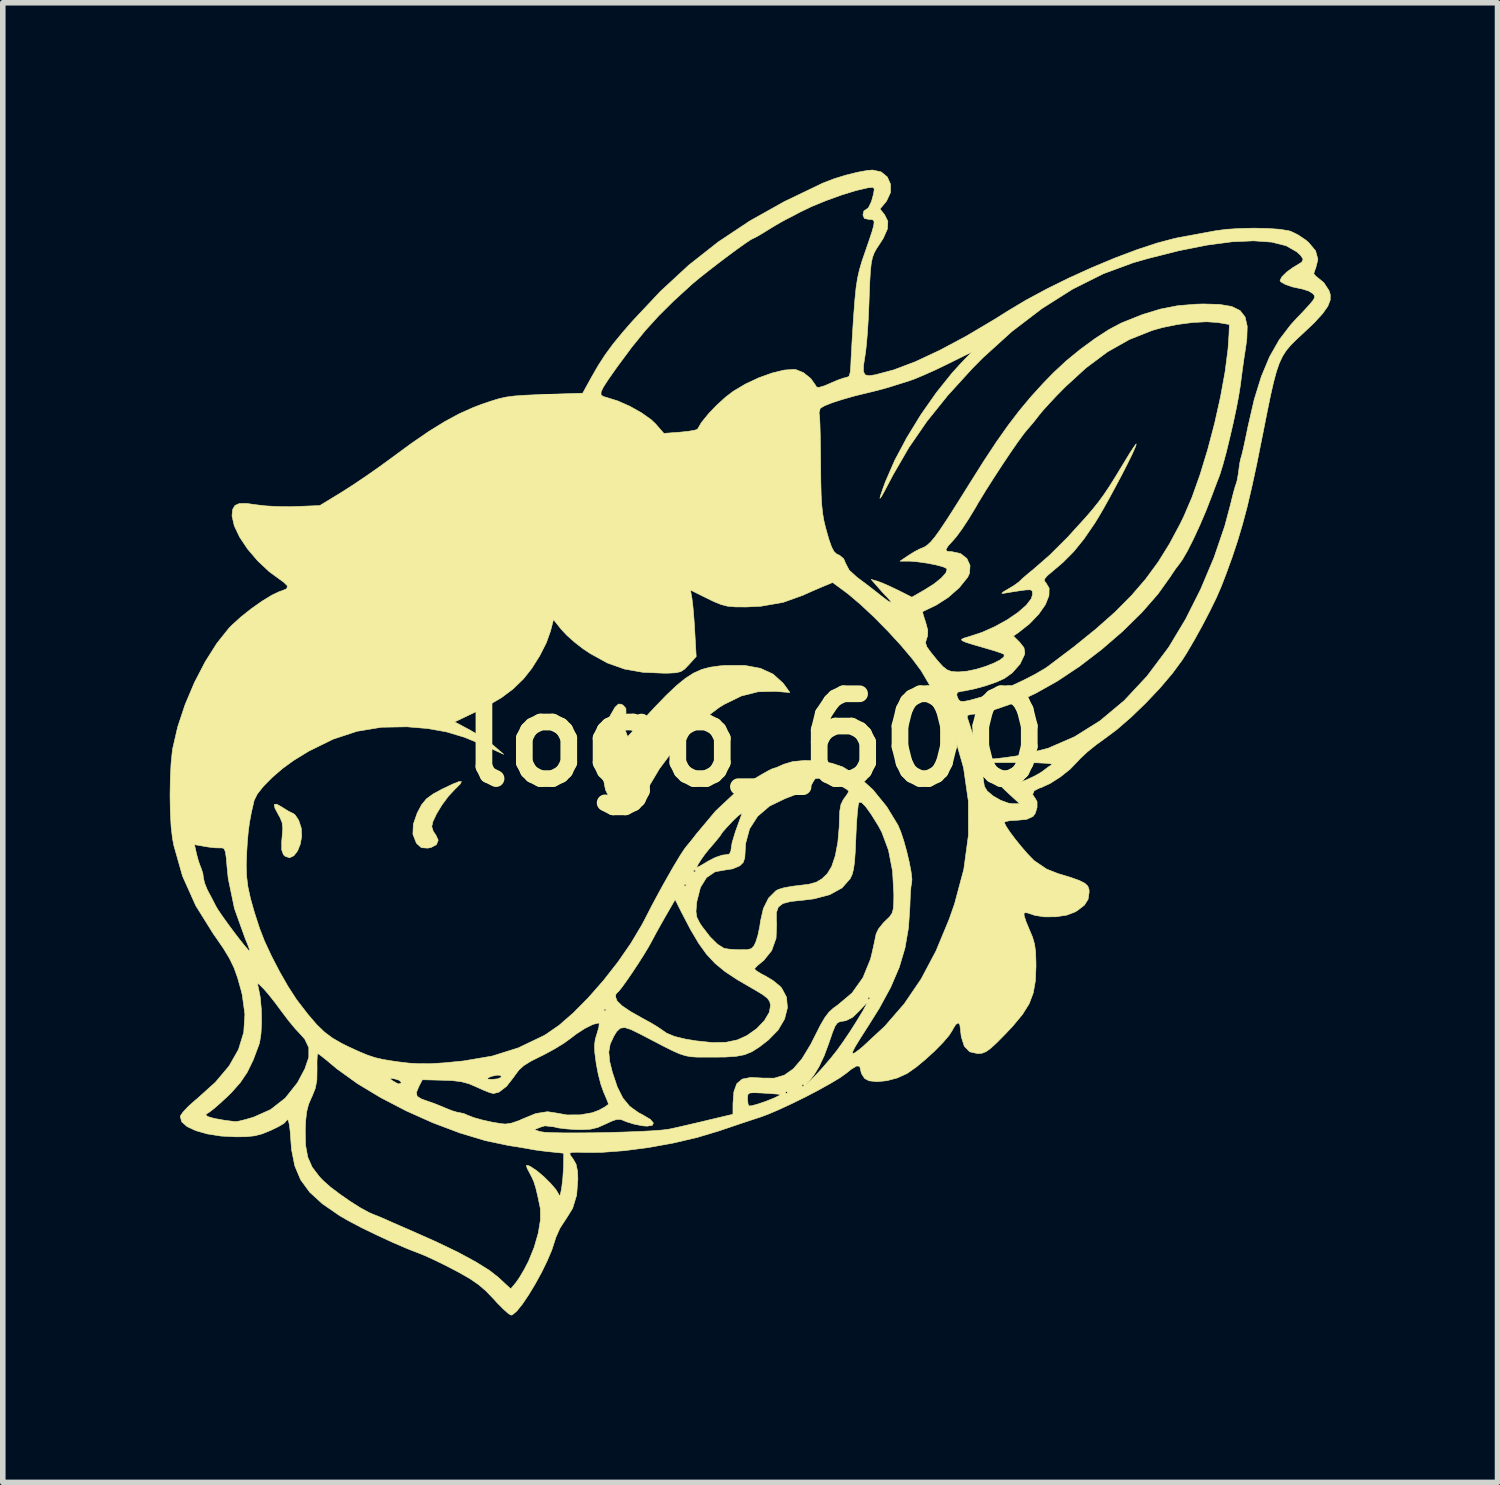
<source format=kicad_pcb>
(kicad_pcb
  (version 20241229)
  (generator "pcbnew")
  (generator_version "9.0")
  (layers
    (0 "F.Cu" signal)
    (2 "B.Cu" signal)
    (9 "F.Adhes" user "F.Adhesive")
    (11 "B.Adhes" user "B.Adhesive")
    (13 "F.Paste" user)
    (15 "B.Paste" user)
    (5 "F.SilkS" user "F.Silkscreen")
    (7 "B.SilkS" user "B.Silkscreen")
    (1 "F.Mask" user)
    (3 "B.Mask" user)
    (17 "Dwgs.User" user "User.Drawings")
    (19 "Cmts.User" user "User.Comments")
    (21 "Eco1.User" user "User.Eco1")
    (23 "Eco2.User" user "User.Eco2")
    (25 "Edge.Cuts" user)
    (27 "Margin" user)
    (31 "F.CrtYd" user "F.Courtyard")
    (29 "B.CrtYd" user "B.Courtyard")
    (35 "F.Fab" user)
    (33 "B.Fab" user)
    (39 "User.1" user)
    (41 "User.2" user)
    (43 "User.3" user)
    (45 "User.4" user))
  (footprint "logo_600"
    (layer "F.Cu")
    (at 10.507 10.249)
    (property "Reference" "logo_600" (at 0 0 0) (layer "F.SilkS") (effects (font (size 1.524 1.524) (thickness 0.3))))
    (attr through_hole)
    (fp_poly (pts (xy -8.484 1.206) (xy -8.482 1.208) (xy -8.38 1.272) (xy -8.307 1.309) (xy -8.293 1.312) (xy -8.252 1.346) (xy -8.197 1.429) (xy -8.188 1.446) (xy -8.144 1.582) (xy -8.137 1.728) (xy -8.162 1.868) (xy -8.211 1.989) (xy -8.277 2.075) (xy -8.354 2.112) (xy -8.435 2.085) (xy -8.466 2.054) (xy -8.496 1.97) (xy -8.496 1.821) (xy -8.489 1.743) (xy -8.477 1.587) (xy -8.489 1.478) (xy -8.53 1.38) (xy -8.548 1.351) (xy -8.617 1.221) (xy -8.63 1.154) (xy -8.586 1.149) (xy -8.484 1.206)) (stroke (width 0.01) (type solid)) (fill yes) (layer "F.SilkS"))
    (fp_poly (pts (xy -5.287 0.784) (xy -5.37 0.868) (xy -5.384 0.881) (xy -5.502 1.008) (xy -5.617 1.163) (xy -5.714 1.323) (xy -5.78 1.463) (xy -5.8 1.552) (xy -5.773 1.637) (xy -5.727 1.703) (xy -5.684 1.795) (xy -5.715 1.875) (xy -5.814 1.928) (xy -5.875 1.939) (xy -5.987 1.93) (xy -6.065 1.861) (xy -6.079 1.842) (xy -6.139 1.688) (xy -6.131 1.508) (xy -6.06 1.305) (xy -5.983 1.16) (xy -5.895 1.053) (xy -5.77 0.962) (xy -5.609 0.876) (xy -5.426 0.789) (xy -5.313 0.744) (xy -5.267 0.743) (xy -5.287 0.784)) (stroke (width 0.01) (type solid)) (fill yes) (layer "F.SilkS"))
    (fp_poly (pts (xy -0.177 -1.344) (xy 0.105 -1.292) (xy 0.332 -1.188) (xy 0.51 -1.027) (xy 0.548 -0.977) (xy 0.634 -0.857) (xy 0.367 -0.878) (xy 0.06 -0.87) (xy -0.24 -0.794) (xy -0.548 -0.643) (xy -0.636 -0.589) (xy -0.916 -0.378) (xy -1.201 -0.109) (xy -1.473 0.196) (xy -1.71 0.514) (xy -1.891 0.818) (xy -2.016 0.994) (xy -2.172 1.102) (xy -2.346 1.137) (xy -2.525 1.093) (xy -2.526 1.093) (xy -2.617 1.018) (xy -2.679 0.89) (xy -2.716 0.7) (xy -2.729 0.438) (xy -2.73 0.381) (xy -2.713 0.068) (xy -2.667 -0.21) (xy -2.596 -0.438) (xy -2.509 -0.59) (xy -2.446 -0.65) (xy -2.39 -0.646) (xy -2.36 -0.626) (xy -2.312 -0.572) (xy -2.31 -0.493) (xy -2.326 -0.431) (xy -2.342 -0.253) (xy -2.323 -0.177) (xy -2.28 -0.064) (xy -2.068 -0.297) (xy -1.805 -0.581) (xy -1.586 -0.808) (xy -1.401 -0.983) (xy -1.24 -1.114) (xy -1.093 -1.208) (xy -0.949 -1.272) (xy -0.798 -1.312) (xy -0.631 -1.335) (xy -0.522 -1.344) (xy -0.177 -1.344)) (stroke (width 0.01) (type solid)) (fill yes) (layer "F.SilkS"))
    (fp_poly (pts (xy 2.275 -10.21) (xy 2.385 -10.119) (xy 2.443 -9.989) (xy 2.442 -9.84) (xy 2.373 -9.69) (xy 2.354 -9.665) (xy 2.253 -9.544) (xy 2.336 -9.441) (xy 2.394 -9.324) (xy 2.387 -9.187) (xy 2.313 -9.019) (xy 2.247 -8.916) (xy 2.19 -8.83) (xy 2.148 -8.754) (xy 2.117 -8.67) (xy 2.096 -8.567) (xy 2.081 -8.428) (xy 2.07 -8.239) (xy 2.06 -7.986) (xy 2.056 -7.863) (xy 2.045 -7.607) (xy 2.03 -7.358) (xy 2.012 -7.137) (xy 1.994 -6.968) (xy 1.986 -6.92) (xy 1.958 -6.736) (xy 1.956 -6.622) (xy 1.987 -6.564) (xy 2.057 -6.549) (xy 2.166 -6.565) (xy 2.501 -6.654) (xy 2.889 -6.801) (xy 3.325 -7.005) (xy 3.805 -7.261) (xy 4.324 -7.569) (xy 4.551 -7.712) (xy 4.877 -7.907) (xy 5.249 -8.107) (xy 5.65 -8.305) (xy 6.065 -8.493) (xy 6.477 -8.665) (xy 6.871 -8.813) (xy 7.231 -8.932) (xy 7.54 -9.014) (xy 7.62 -9.031) (xy 7.835 -9.07) (xy 8.065 -9.113) (xy 8.262 -9.149) (xy 8.276 -9.152) (xy 8.476 -9.179) (xy 8.714 -9.194) (xy 8.968 -9.2) (xy 9.215 -9.195) (xy 9.431 -9.18) (xy 9.593 -9.154) (xy 9.631 -9.144) (xy 9.76 -9.082) (xy 9.9 -8.988) (xy 9.954 -8.943) (xy 10.079 -8.793) (xy 10.121 -8.639) (xy 10.08 -8.477) (xy 10.071 -8.458) (xy 10.046 -8.382) (xy 10.085 -8.335) (xy 10.092 -8.331) (xy 10.226 -8.222) (xy 10.32 -8.079) (xy 10.343 -8.008) (xy 10.342 -7.908) (xy 10.299 -7.797) (xy 10.206 -7.665) (xy 10.057 -7.502) (xy 9.845 -7.301) (xy 9.839 -7.296) (xy 9.724 -7.189) (xy 9.629 -7.094) (xy 9.551 -7) (xy 9.485 -6.897) (xy 9.428 -6.775) (xy 9.376 -6.624) (xy 9.324 -6.432) (xy 9.269 -6.19) (xy 9.207 -5.888) (xy 9.133 -5.514) (xy 9.118 -5.44) (xy 9.023 -4.964) (xy 8.935 -4.557) (xy 8.852 -4.201) (xy 8.767 -3.881) (xy 8.678 -3.582) (xy 8.58 -3.286) (xy 8.468 -2.979) (xy 8.384 -2.761) (xy 8.299 -2.565) (xy 8.181 -2.323) (xy 8.043 -2.058) (xy 7.898 -1.796) (xy 7.76 -1.561) (xy 7.682 -1.439) (xy 7.506 -1.2) (xy 7.281 -0.935) (xy 7.026 -0.666) (xy 6.763 -0.412) (xy 6.509 -0.192) (xy 6.311 -0.044) (xy 6.138 0.081) (xy 5.976 0.212) (xy 5.85 0.33) (xy 5.805 0.379) (xy 5.669 0.52) (xy 5.496 0.658) (xy 5.313 0.775) (xy 5.149 0.851) (xy 5.112 0.862) (xy 5.024 0.908) (xy 4.995 0.974) (xy 5.034 1.035) (xy 5.038 1.037) (xy 5.075 1.103) (xy 5.075 1.208) (xy 5.043 1.313) (xy 5.003 1.369) (xy 4.887 1.422) (xy 4.706 1.439) (xy 4.583 1.446) (xy 4.504 1.463) (xy 4.487 1.477) (xy 4.514 1.538) (xy 4.583 1.644) (xy 4.682 1.776) (xy 4.796 1.917) (xy 4.911 2.049) (xy 5.014 2.155) (xy 5.029 2.168) (xy 5.247 2.315) (xy 5.449 2.395) (xy 5.675 2.463) (xy 5.832 2.519) (xy 5.932 2.569) (xy 5.987 2.621) (xy 6.009 2.682) (xy 6.011 2.727) (xy 5.992 2.858) (xy 5.926 2.963) (xy 5.796 3.063) (xy 5.757 3.086) (xy 5.607 3.143) (xy 5.412 3.172) (xy 5.208 3.174) (xy 5.031 3.146) (xy 4.976 3.126) (xy 4.889 3.099) (xy 4.841 3.104) (xy 4.843 3.153) (xy 4.876 3.256) (xy 4.932 3.391) (xy 4.934 3.396) (xy 4.994 3.538) (xy 5.03 3.663) (xy 5.049 3.801) (xy 5.055 3.983) (xy 5.056 4.064) (xy 5.045 4.323) (xy 5.007 4.54) (xy 4.933 4.735) (xy 4.813 4.927) (xy 4.638 5.138) (xy 4.501 5.283) (xy 4.35 5.436) (xy 4.241 5.536) (xy 4.159 5.595) (xy 4.089 5.623) (xy 4.016 5.63) (xy 4.008 5.63) (xy 3.865 5.598) (xy 3.768 5.499) (xy 3.714 5.329) (xy 3.709 5.289) (xy 3.697 5.182) (xy 3.688 5.115) (xy 3.688 5.112) (xy 3.661 5.077) (xy 3.615 5.107) (xy 3.563 5.19) (xy 3.556 5.207) (xy 3.493 5.305) (xy 3.379 5.438) (xy 3.231 5.588) (xy 3.066 5.738) (xy 2.902 5.874) (xy 2.755 5.977) (xy 2.733 5.991) (xy 2.563 6.068) (xy 2.378 6.117) (xy 2.201 6.135) (xy 2.056 6.119) (xy 1.977 6.077) (xy 1.919 5.987) (xy 1.905 5.924) (xy 1.888 5.857) (xy 1.833 5.853) (xy 1.735 5.912) (xy 1.65 5.981) (xy 1.538 6.061) (xy 1.367 6.164) (xy 1.154 6.283) (xy 0.917 6.407) (xy 0.673 6.527) (xy 0.441 6.635) (xy 0.239 6.721) (xy 0.106 6.77) (xy -0.038 6.817) (xy -0.234 6.882) (xy -0.456 6.957) (xy -0.648 7.022) (xy -1.032 7.137) (xy -1.46 7.237) (xy -1.906 7.318) (xy -2.345 7.375) (xy -2.751 7.405) (xy -3.025 7.407) (xy -3.192 7.402) (xy -3.286 7.405) (xy -3.321 7.423) (xy -3.309 7.459) (xy -3.263 7.52) (xy -3.207 7.618) (xy -3.18 7.749) (xy -3.175 7.885) (xy -3.197 8.174) (xy -3.269 8.41) (xy -3.395 8.613) (xy -3.405 8.626) (xy -3.497 8.768) (xy -3.572 8.936) (xy -3.59 8.996) (xy -3.644 9.161) (xy -3.726 9.354) (xy -3.828 9.563) (xy -3.942 9.771) (xy -4.06 9.966) (xy -4.172 10.132) (xy -4.271 10.255) (xy -4.349 10.322) (xy -4.374 10.329) (xy -4.425 10.3) (xy -4.514 10.22) (xy -4.628 10.105) (xy -4.684 10.043) (xy -4.823 9.897) (xy -4.96 9.78) (xy -5.119 9.671) (xy -5.327 9.553) (xy -5.38 9.525) (xy -5.576 9.424) (xy -5.765 9.332) (xy -5.923 9.26) (xy -6.011 9.224) (xy -6.238 9.136) (xy -6.505 9.021) (xy -6.786 8.891) (xy -7.058 8.759) (xy -7.296 8.634) (xy -7.46 8.539) (xy -7.764 8.329) (xy -7.993 8.12) (xy -8.156 7.897) (xy -8.261 7.647) (xy -8.319 7.356) (xy -8.332 7.186) (xy -8.344 7.021) (xy -8.346 7.006) (xy -8.073 7.006) (xy -8.067 7.277) (xy -8.028 7.49) (xy -7.949 7.67) (xy -7.819 7.841) (xy -7.75 7.913) (xy -7.622 8.027) (xy -7.451 8.156) (xy -7.263 8.287) (xy -7.079 8.403) (xy -6.924 8.487) (xy -6.864 8.513) (xy -6.741 8.562) (xy -6.625 8.612) (xy -6.525 8.657) (xy -6.376 8.722) (xy -6.208 8.795) (xy -6.181 8.807) (xy -5.723 9.01) (xy -5.332 9.198) (xy -5.012 9.371) (xy -4.766 9.524) (xy -4.607 9.648) (xy -4.381 9.857) (xy -4.287 9.744) (xy -4.219 9.646) (xy -4.136 9.504) (xy -4.063 9.364) (xy -3.96 9.111) (xy -3.886 8.854) (xy -3.847 8.616) (xy -3.849 8.421) (xy -3.853 8.394) (xy -3.897 8.185) (xy -3.932 8.039) (xy -3.965 7.934) (xy -4.002 7.85) (xy -4.029 7.799) (xy -4.087 7.688) (xy -4.1 7.639) (xy -4.066 7.641) (xy -4.016 7.666) (xy -3.909 7.738) (xy -3.784 7.844) (xy -3.665 7.962) (xy -3.571 8.071) (xy -3.528 8.142) (xy -3.507 8.184) (xy -3.489 8.16) (xy -3.469 8.061) (xy -3.466 8.043) (xy -3.446 7.878) (xy -3.434 7.694) (xy -3.432 7.636) (xy -3.429 7.42) (xy -3.672 7.395) (xy -3.822 7.378) (xy -3.947 7.361) (xy -4 7.352) (xy -4.082 7.336) (xy -4.22 7.313) (xy -4.386 7.287) (xy -4.414 7.283) (xy -4.837 7.194) (xy -5.298 7.055) (xy -5.451 6.997) (xy -3.958 6.997) (xy -3.852 7.032) (xy -3.771 7.044) (xy -3.62 7.051) (xy -3.414 7.055) (xy -3.167 7.055) (xy -2.894 7.053) (xy -2.61 7.047) (xy -2.33 7.039) (xy -2.067 7.029) (xy -1.837 7.017) (xy -1.655 7.003) (xy -1.535 6.987) (xy -1.524 6.985) (xy -1.382 6.954) (xy -1.188 6.909) (xy -0.972 6.859) (xy -0.84 6.827) (xy -0.389 6.72) (xy -0.388 6.523) (xy -0.381 6.435) (xy -0.127 6.435) (xy -0.119 6.527) (xy -0.104 6.57) (xy -0.056 6.568) (xy 0.049 6.54) (xy 0.191 6.492) (xy 0.217 6.482) (xy 0.35 6.429) (xy 0.437 6.387) (xy 0.463 6.365) (xy 0.458 6.363) (xy 0.388 6.356) (xy 0.263 6.347) (xy 0.138 6.339) (xy -0.007 6.332) (xy -0.086 6.338) (xy -0.119 6.363) (xy -0.127 6.414) (xy -0.127 6.435) (xy -0.381 6.435) (xy -0.373 6.329) (xy 0.55 6.329) (xy 0.572 6.35) (xy 0.593 6.329) (xy 0.572 6.308) (xy 0.55 6.329) (xy -0.373 6.329) (xy -0.371 6.312) (xy -0.331 6.202) (xy 0.847 6.202) (xy 0.868 6.223) (xy 0.889 6.202) (xy 0.921 6.202) (xy 1.106 6.011) (xy 1.231 5.874) (xy 1.373 5.708) (xy 1.485 5.567) (xy 1.593 5.416) (xy 1.717 5.232) (xy 1.84 5.038) (xy 1.947 4.861) (xy 2.021 4.725) (xy 2.024 4.72) (xy 2.01 4.725) (xy 1.955 4.782) (xy 1.889 4.855) (xy 1.76 4.979) (xy 1.643 5.038) (xy 1.597 5.046) (xy 1.533 5.056) (xy 1.486 5.081) (xy 1.446 5.138) (xy 1.403 5.242) (xy 1.346 5.408) (xy 1.333 5.446) (xy 1.25 5.67) (xy 1.156 5.869) (xy 1.067 6.014) (xy 1.064 6.018) (xy 0.921 6.202) (xy 0.889 6.202) (xy 0.868 6.181) (xy 0.847 6.202) (xy -0.331 6.202) (xy -0.319 6.17) (xy -0.221 6.088) (xy -0.067 6.058) (xy 0.153 6.07) (xy 0.356 6.071) (xy 0.534 6.018) (xy 0.696 5.904) (xy 0.851 5.724) (xy 1.006 5.469) (xy 1.08 5.323) (xy 1.18 5.125) (xy 1.26 4.987) (xy 1.334 4.889) (xy 1.414 4.815) (xy 1.495 4.757) (xy 1.639 4.636) (xy 2.032 4.636) (xy 2.053 4.657) (xy 2.074 4.636) (xy 2.053 4.614) (xy 2.032 4.636) (xy 1.639 4.636) (xy 1.752 4.54) (xy 1.948 4.264) (xy 2.083 3.932) (xy 2.113 3.81) (xy 2.146 3.661) (xy 2.173 3.531) (xy 2.184 3.478) (xy 2.227 3.39) (xy 2.312 3.284) (xy 2.352 3.244) (xy 2.426 3.173) (xy 2.47 3.109) (xy 2.492 3.029) (xy 2.5 2.907) (xy 2.502 2.772) (xy 2.479 2.354) (xy 2.406 1.976) (xy 2.285 1.651) (xy 2.227 1.543) (xy 2.094 1.329) (xy 1.993 1.189) (xy 1.922 1.118) (xy 1.877 1.114) (xy 1.876 1.115) (xy 1.862 1.168) (xy 1.848 1.289) (xy 1.834 1.462) (xy 1.823 1.672) (xy 1.82 1.75) (xy 1.809 2.001) (xy 1.796 2.184) (xy 1.778 2.315) (xy 1.754 2.409) (xy 1.72 2.483) (xy 1.714 2.492) (xy 1.57 2.654) (xy 1.353 2.774) (xy 1.067 2.85) (xy 0.862 2.875) (xy 0.649 2.897) (xy 0.509 2.934) (xy 0.427 2.997) (xy 0.392 3.097) (xy 0.392 3.245) (xy 0.396 3.303) (xy 0.386 3.558) (xy 0.307 3.78) (xy 0.166 3.955) (xy 0.131 3.983) (xy 0.047 4.053) (xy 0.002 4.103) (xy 0 4.111) (xy 0.035 4.145) (xy 0.123 4.199) (xy 0.19 4.233) (xy 0.329 4.316) (xy 0.452 4.416) (xy 0.486 4.452) (xy 0.574 4.617) (xy 0.59 4.808) (xy 0.539 5.009) (xy 0.423 5.207) (xy 0.246 5.388) (xy 0.244 5.389) (xy 0.086 5.511) (xy -0.047 5.596) (xy -0.179 5.65) (xy -0.331 5.679) (xy -0.526 5.692) (xy -0.743 5.694) (xy -0.911 5.694) (xy -1.042 5.693) (xy -1.149 5.686) (xy -1.247 5.667) (xy -1.351 5.633) (xy -1.475 5.578) (xy -1.635 5.498) (xy -1.844 5.389) (xy -2.053 5.28) (xy -2.22 5.198) (xy -2.333 5.162) (xy -2.413 5.174) (xy -2.477 5.234) (xy -2.526 5.313) (xy -2.594 5.458) (xy -2.619 5.601) (xy -2.604 5.769) (xy -2.556 5.962) (xy -2.467 6.229) (xy -2.367 6.428) (xy -2.244 6.577) (xy -2.086 6.691) (xy -2.004 6.734) (xy -1.873 6.812) (xy -1.818 6.877) (xy -1.838 6.92) (xy -1.934 6.934) (xy -2.017 6.927) (xy -2.166 6.897) (xy -2.299 6.856) (xy -2.332 6.842) (xy -2.406 6.812) (xy -2.476 6.812) (xy -2.57 6.845) (xy -2.675 6.894) (xy -2.817 6.957) (xy -2.946 6.988) (xy -3.101 6.997) (xy -3.204 6.995) (xy -3.373 6.984) (xy -3.522 6.966) (xy -3.617 6.944) (xy -3.768 6.928) (xy -3.842 6.95) (xy -3.958 6.997) (xy -5.451 6.997) (xy -5.778 6.874) (xy -6.257 6.66) (xy -6.717 6.421) (xy -6.868 6.33) (xy -6.076 6.33) (xy -6.062 6.398) (xy -5.982 6.447) (xy -5.894 6.478) (xy -5.751 6.528) (xy -5.593 6.592) (xy -5.557 6.608) (xy -5.434 6.657) (xy -5.336 6.686) (xy -5.311 6.689) (xy -5.222 6.708) (xy -5.151 6.739) (xy -5.043 6.781) (xy -4.884 6.825) (xy -4.707 6.864) (xy -4.545 6.89) (xy -4.475 6.896) (xy -4.365 6.879) (xy -4.228 6.832) (xy -4.179 6.809) (xy -3.931 6.707) (xy -3.72 6.674) (xy -3.585 6.694) (xy -3.371 6.732) (xy -3.137 6.731) (xy -2.919 6.693) (xy -2.797 6.648) (xy -2.694 6.591) (xy -2.633 6.548) (xy -2.625 6.537) (xy -2.641 6.489) (xy -2.682 6.391) (xy -2.711 6.325) (xy -2.76 6.188) (xy -2.808 6.004) (xy -2.845 5.811) (xy -2.847 5.795) (xy -2.871 5.61) (xy -2.876 5.479) (xy -2.862 5.372) (xy -2.83 5.267) (xy -2.798 5.158) (xy -2.792 5.091) (xy -2.801 5.08) (xy -2.904 5.106) (xy -3.046 5.176) (xy -3.201 5.276) (xy -3.3 5.352) (xy -3.428 5.445) (xy -3.602 5.551) (xy -3.789 5.652) (xy -3.841 5.677) (xy -4.022 5.768) (xy -4.146 5.845) (xy -4.234 5.925) (xy -4.309 6.025) (xy -4.32 6.043) (xy -4.456 6.218) (xy -4.591 6.322) (xy -4.691 6.348) (xy -4.756 6.332) (xy -4.87 6.287) (xy -4.987 6.234) (xy -5.131 6.172) (xy -5.269 6.135) (xy -5.432 6.115) (xy -5.599 6.109) (xy -5.969 6.1) (xy -6.034 6.226) (xy -6.076 6.33) (xy -6.868 6.33) (xy -7.137 6.168) (xy -7.25 6.086) (xy -6.545 6.086) (xy -6.5 6.121) (xy -6.405 6.174) (xy -6.356 6.167) (xy -6.35 6.143) (xy -6.386 6.109) (xy -6.466 6.084) (xy -6.5 6.078) (xy -4.808 6.078) (xy -4.782 6.09) (xy -4.712 6.093) (xy -4.611 6.083) (xy -4.552 6.055) (xy -4.551 6.054) (xy -4.559 6.022) (xy -4.624 6.017) (xy -4.72 6.037) (xy -4.763 6.054) (xy -4.808 6.078) (xy -6.5 6.078) (xy -6.543 6.072) (xy -6.545 6.086) (xy -7.25 6.086) (xy -7.497 5.909) (xy -7.585 5.836) (xy -7.703 5.737) (xy -7.796 5.664) (xy -7.844 5.631) (xy -7.847 5.63) (xy -7.857 5.669) (xy -7.862 5.77) (xy -7.861 5.913) (xy -7.861 5.916) (xy -7.864 6.104) (xy -7.891 6.25) (xy -7.949 6.396) (xy -7.958 6.413) (xy -8.014 6.543) (xy -8.048 6.677) (xy -8.066 6.844) (xy -8.073 7.006) (xy -8.346 7.006) (xy -8.361 6.894) (xy -8.379 6.824) (xy -8.387 6.816) (xy -8.424 6.847) (xy -8.424 6.852) (xy -8.46 6.887) (xy -8.554 6.942) (xy -8.685 7.006) (xy -8.689 7.008) (xy -8.843 7.071) (xy -8.98 7.107) (xy -9.136 7.123) (xy -9.313 7.126) (xy -9.586 7.112) (xy -9.83 7.074) (xy -10.037 7.015) (xy -10.195 6.942) (xy -10.292 6.857) (xy -10.317 6.764) (xy -10.313 6.746) (xy -10.301 6.728) (xy -9.863 6.728) (xy -9.825 6.761) (xy -9.713 6.794) (xy -9.531 6.827) (xy -9.328 6.853) (xy -9.266 6.844) (xy -9.148 6.815) (xy -9.003 6.773) (xy -8.695 6.636) (xy -8.432 6.43) (xy -8.213 6.154) (xy -8.08 5.905) (xy -8.009 5.696) (xy -8.009 5.522) (xy -8.082 5.369) (xy -8.153 5.289) (xy -8.255 5.18) (xy -8.377 5.032) (xy -8.495 4.876) (xy -8.501 4.868) (xy -8.613 4.717) (xy -8.725 4.575) (xy -8.814 4.472) (xy -8.82 4.466) (xy -8.897 4.389) (xy -8.928 4.37) (xy -8.925 4.406) (xy -8.915 4.445) (xy -8.881 4.62) (xy -8.862 4.835) (xy -8.857 5.062) (xy -8.868 5.271) (xy -8.893 5.433) (xy -8.902 5.462) (xy -9.006 5.741) (xy -9.113 5.962) (xy -9.239 6.15) (xy -9.397 6.328) (xy -9.466 6.396) (xy -9.6 6.52) (xy -9.716 6.621) (xy -9.798 6.684) (xy -9.821 6.697) (xy -9.863 6.728) (xy -10.301 6.728) (xy -10.268 6.68) (xy -10.175 6.581) (xy -10.05 6.469) (xy -10.015 6.441) (xy -9.687 6.145) (xy -9.44 5.852) (xy -9.272 5.556) (xy -9.178 5.249) (xy -9.157 4.923) (xy -9.205 4.573) (xy -9.225 4.492) (xy -9.287 4.272) (xy -9.352 4.089) (xy -9.434 3.92) (xy -9.543 3.74) (xy -9.693 3.522) (xy -9.719 3.487) (xy -10.039 2.974) (xy -10.277 2.443) (xy -10.433 1.894) (xy -10.437 1.876) (xy -10.063 1.876) (xy -10.026 2.044) (xy -9.991 2.172) (xy -9.954 2.275) (xy -9.947 2.289) (xy -9.912 2.395) (xy -9.904 2.463) (xy -9.882 2.565) (xy -9.832 2.688) (xy -9.821 2.709) (xy -9.75 2.842) (xy -9.686 2.967) (xy -9.681 2.978) (xy -9.637 3.051) (xy -9.56 3.164) (xy -9.462 3.3) (xy -9.355 3.445) (xy -9.25 3.582) (xy -9.159 3.696) (xy -9.095 3.77) (xy -9.069 3.791) (xy -9.078 3.749) (xy -9.113 3.655) (xy -9.148 3.573) (xy -9.344 3.027) (xy -9.457 2.483) (xy -9.477 2.286) (xy -9.481 2.238) (xy -9.133 2.238) (xy -9.127 2.438) (xy -9.103 2.633) (xy -9.057 2.844) (xy -8.987 3.092) (xy -8.891 3.387) (xy -8.803 3.613) (xy -8.678 3.881) (xy -8.533 4.16) (xy -8.382 4.424) (xy -8.239 4.645) (xy -8.203 4.694) (xy -8.021 4.93) (xy -7.867 5.109) (xy -7.726 5.245) (xy -7.581 5.353) (xy -7.416 5.448) (xy -7.303 5.504) (xy -7.103 5.596) (xy -6.95 5.659) (xy -6.818 5.703) (xy -6.678 5.735) (xy -6.502 5.764) (xy -6.413 5.777) (xy -6.213 5.801) (xy -6.021 5.812) (xy -5.816 5.811) (xy -5.576 5.796) (xy -5.277 5.767) (xy -5.228 5.762) (xy -4.716 5.675) (xy -4.245 5.527) (xy -3.792 5.31) (xy -3.747 5.284) (xy -3.511 5.121) (xy -3.252 4.895) (xy -3.205 4.847) (xy -2.709 4.847) (xy -2.688 4.868) (xy -2.667 4.847) (xy -2.688 4.826) (xy -2.709 4.847) (xy -3.205 4.847) (xy -2.981 4.621) (xy -2.973 4.611) (xy -2.498 4.611) (xy -2.47 4.685) (xy -2.381 4.772) (xy -2.225 4.877) (xy -1.999 5.004) (xy -1.862 5.079) (xy -1.749 5.147) (xy -1.693 5.185) (xy -1.58 5.263) (xy -1.438 5.322) (xy -1.249 5.368) (xy -1.06 5.4) (xy -0.757 5.432) (xy -0.513 5.427) (xy -0.309 5.384) (xy -0.141 5.308) (xy 0.037 5.183) (xy 0.176 5.038) (xy 0.264 4.89) (xy 0.287 4.763) (xy 0.272 4.694) (xy 0.23 4.635) (xy 0.146 4.57) (xy 0.005 4.485) (xy -0.042 4.458) (xy -0.312 4.301) (xy -0.53 4.157) (xy -0.71 4.009) (xy -0.864 3.844) (xy -1.006 3.646) (xy -1.151 3.401) (xy -1.311 3.094) (xy -1.319 3.078) (xy -1.053 3.078) (xy -1.038 3.179) (xy -0.988 3.28) (xy -0.941 3.35) (xy -0.799 3.533) (xy -0.663 3.667) (xy -0.55 3.738) (xy -0.473 3.752) (xy -0.346 3.762) (xy -0.264 3.764) (xy -0.132 3.763) (xy -0.057 3.744) (xy -0.012 3.695) (xy 0.02 3.63) (xy 0.059 3.508) (xy 0.093 3.347) (xy 0.106 3.251) (xy 0.158 3.023) (xy 0.252 2.835) (xy 0.381 2.707) (xy 0.425 2.682) (xy 0.523 2.652) (xy 0.67 2.625) (xy 0.794 2.61) (xy 0.979 2.587) (xy 1.108 2.551) (xy 1.209 2.491) (xy 1.306 2.399) (xy 1.385 2.27) (xy 1.45 2.075) (xy 1.496 1.832) (xy 1.52 1.56) (xy 1.523 1.456) (xy 1.53 1.275) (xy 1.552 1.153) (xy 1.595 1.065) (xy 1.609 1.047) (xy 1.667 0.966) (xy 1.693 0.916) (xy 1.693 0.915) (xy 1.659 0.884) (xy 1.57 0.83) (xy 1.483 0.784) (xy 1.318 0.713) (xy 1.182 0.681) (xy 1.091 0.689) (xy 1.058 0.736) (xy 1.018 0.81) (xy 0.901 0.895) (xy 0.714 0.985) (xy 0.552 1.047) (xy 0.27 1.183) (xy 0.055 1.367) (xy -0.09 1.592) (xy -0.161 1.856) (xy -0.168 1.974) (xy -0.176 2.112) (xy -0.203 2.194) (xy -0.261 2.252) (xy -0.274 2.26) (xy -0.395 2.311) (xy -0.509 2.328) (xy -0.709 2.363) (xy -0.864 2.469) (xy -0.973 2.645) (xy -1.036 2.892) (xy -1.042 2.934) (xy -1.053 3.078) (xy -1.319 3.078) (xy -1.333 3.051) (xy -1.427 2.863) (xy -1.597 3.157) (xy -1.689 3.319) (xy -1.775 3.474) (xy -1.837 3.59) (xy -1.841 3.598) (xy -1.902 3.709) (xy -1.989 3.853) (xy -2.092 4.015) (xy -2.199 4.177) (xy -2.301 4.325) (xy -2.386 4.443) (xy -2.445 4.515) (xy -2.464 4.53) (xy -2.492 4.565) (xy -2.498 4.611) (xy -2.973 4.611) (xy -2.711 4.312) (xy -2.454 3.984) (xy -2.223 3.65) (xy -2.029 3.325) (xy -1.983 3.239) (xy -1.849 2.978) (xy -1.71 2.719) (xy -1.646 2.603) (xy -1.27 2.603) (xy -1.249 2.625) (xy -1.228 2.603) (xy -1.249 2.582) (xy -1.27 2.603) (xy -1.646 2.603) (xy -1.573 2.473) (xy -1.502 2.349) (xy -1.101 2.349) (xy -1.079 2.371) (xy -1.058 2.349) (xy -1.079 2.328) (xy -1.101 2.349) (xy -1.502 2.349) (xy -1.463 2.281) (xy -1.04 2.281) (xy -1.038 2.286) (xy -0.991 2.265) (xy -0.899 2.212) (xy -0.835 2.173) (xy -0.705 2.106) (xy -0.583 2.065) (xy -0.54 2.06) (xy -0.454 2.046) (xy -0.425 1.989) (xy -0.423 1.96) (xy -0.404 1.841) (xy -0.346 1.648) (xy -0.25 1.382) (xy -0.231 1.333) (xy -0.24 1.318) (xy -0.295 1.358) (xy -0.384 1.442) (xy -0.395 1.454) (xy -0.495 1.56) (xy -0.566 1.64) (xy -0.593 1.676) (xy -0.621 1.721) (xy -0.704 1.823) (xy -0.826 1.965) (xy -0.893 2.049) (xy -0.961 2.145) (xy -1.015 2.23) (xy -1.04 2.281) (xy -1.463 2.281) (xy -1.447 2.254) (xy -1.339 2.074) (xy -1.256 1.948) (xy -1.216 1.897) (xy -1.159 1.829) (xy -1.078 1.727) (xy -1.053 1.693) (xy -0.699 1.271) (xy -0.334 0.929) (xy -0.009 0.697) (xy 0.135 0.611) (xy 0.252 0.545) (xy 0.323 0.511) (xy 0.334 0.508) (xy 0.391 0.491) (xy 0.489 0.448) (xy 0.512 0.436) (xy 0.684 0.384) (xy 0.906 0.363) (xy 1.15 0.373) (xy 1.387 0.413) (xy 1.58 0.478) (xy 1.858 0.646) (xy 2.125 0.888) (xy 2.372 1.191) (xy 2.575 1.524) (xy 2.627 1.646) (xy 2.681 1.81) (xy 2.733 1.997) (xy 2.778 2.187) (xy 2.811 2.36) (xy 2.827 2.494) (xy 2.822 2.57) (xy 2.82 2.574) (xy 2.81 2.629) (xy 2.8 2.747) (xy 2.793 2.907) (xy 2.791 2.981) (xy 2.765 3.37) (xy 2.703 3.731) (xy 2.599 4.081) (xy 2.447 4.436) (xy 2.241 4.815) (xy 2.045 5.128) (xy 1.905 5.347) (xy 1.811 5.5) (xy 1.763 5.593) (xy 1.76 5.631) (xy 1.8 5.617) (xy 1.882 5.557) (xy 1.938 5.511) (xy 2.339 5.139) (xy 2.689 4.736) (xy 2.993 4.289) (xy 3.259 3.787) (xy 3.495 3.219) (xy 3.592 2.942) (xy 3.759 2.319) (xy 3.842 1.704) (xy 3.841 1.097) (xy 3.755 0.499) (xy 3.728 0.402) (xy 4.075 0.402) (xy 4.093 0.572) (xy 4.11 0.706) (xy 4.127 0.817) (xy 4.13 0.832) (xy 4.181 0.914) (xy 4.288 1.003) (xy 4.423 1.08) (xy 4.56 1.13) (xy 4.636 1.14) (xy 4.763 1.14) (xy 4.561 0.955) (xy 4.458 0.857) (xy 4.386 0.782) (xy 4.36 0.749) (xy 4.397 0.744) (xy 4.487 0.758) (xy 4.517 0.764) (xy 4.643 0.777) (xy 4.775 0.752) (xy 4.888 0.71) (xy 5.026 0.646) (xy 5.143 0.58) (xy 5.186 0.549) (xy 5.28 0.478) (xy 5.341 0.44) (xy 5.33 0.425) (xy 5.24 0.414) (xy 5.078 0.406) (xy 4.849 0.403) (xy 4.744 0.402) (xy 4.075 0.402) (xy 3.728 0.402) (xy 3.585 -0.092) (xy 3.331 -0.674) (xy 2.993 -1.249) (xy 2.993 -1.249) (xy 2.837 -1.459) (xy 2.633 -1.701) (xy 2.397 -1.958) (xy 2.149 -2.21) (xy 2.043 -2.309) (xy 3.018 -2.309) (xy 3.025 -2.27) (xy 3.054 -2.177) (xy 3.074 -2.117) (xy 3.112 -1.975) (xy 3.108 -1.872) (xy 3.092 -1.829) (xy 3.071 -1.754) (xy 3.093 -1.68) (xy 3.164 -1.582) (xy 3.291 -1.425) (xy 3.384 -1.323) (xy 3.46 -1.264) (xy 3.535 -1.236) (xy 3.627 -1.228) (xy 3.679 -1.228) (xy 3.821 -1.241) (xy 3.982 -1.275) (xy 4.145 -1.325) (xy 4.294 -1.383) (xy 4.412 -1.443) (xy 4.48 -1.498) (xy 4.484 -1.542) (xy 4.484 -1.542) (xy 4.434 -1.564) (xy 4.324 -1.602) (xy 4.176 -1.646) (xy 4.145 -1.655) (xy 3.935 -1.716) (xy 3.798 -1.758) (xy 3.728 -1.789) (xy 3.718 -1.812) (xy 3.759 -1.834) (xy 3.844 -1.859) (xy 3.852 -1.861) (xy 4.089 -1.939) (xy 4.323 -2.044) (xy 4.543 -2.166) (xy 4.733 -2.296) (xy 4.88 -2.424) (xy 4.972 -2.543) (xy 4.995 -2.623) (xy 4.989 -2.68) (xy 4.955 -2.703) (xy 4.872 -2.7) (xy 4.794 -2.69) (xy 4.649 -2.668) (xy 4.522 -2.647) (xy 4.487 -2.641) (xy 4.441 -2.638) (xy 4.466 -2.664) (xy 4.551 -2.714) (xy 4.663 -2.781) (xy 4.745 -2.841) (xy 4.763 -2.857) (xy 4.817 -2.909) (xy 4.915 -2.993) (xy 5.013 -3.073) (xy 5.304 -3.327) (xy 5.626 -3.648) (xy 5.946 -4) (xy 6.071 -4.145) (xy 6.176 -4.276) (xy 6.273 -4.408) (xy 6.375 -4.56) (xy 6.493 -4.749) (xy 6.641 -4.993) (xy 6.655 -5.016) (xy 6.742 -5.159) (xy 6.811 -5.264) (xy 6.851 -5.319) (xy 6.858 -5.322) (xy 6.838 -5.261) (xy 6.785 -5.141) (xy 6.704 -4.977) (xy 6.605 -4.782) (xy 6.494 -4.573) (xy 6.38 -4.362) (xy 6.27 -4.164) (xy 6.171 -3.995) (xy 6.109 -3.895) (xy 5.917 -3.615) (xy 5.734 -3.389) (xy 5.539 -3.193) (xy 5.367 -3.047) (xy 5.258 -2.955) (xy 5.209 -2.896) (xy 5.21 -2.856) (xy 5.23 -2.835) (xy 5.292 -2.733) (xy 5.289 -2.598) (xy 5.226 -2.438) (xy 5.107 -2.267) (xy 4.941 -2.093) (xy 4.749 -1.941) (xy 4.651 -1.872) (xy 4.764 -1.759) (xy 4.84 -1.662) (xy 4.855 -1.572) (xy 4.849 -1.536) (xy 4.769 -1.368) (xy 4.629 -1.21) (xy 4.487 -1.109) (xy 4.348 -1.046) (xy 4.159 -0.98) (xy 3.956 -0.924) (xy 3.772 -0.886) (xy 3.72 -0.879) (xy 3.643 -0.861) (xy 3.632 -0.813) (xy 3.645 -0.772) (xy 3.666 -0.726) (xy 3.698 -0.701) (xy 3.755 -0.696) (xy 3.852 -0.714) (xy 4.003 -0.755) (xy 4.184 -0.809) (xy 4.372 -0.875) (xy 4.596 -0.968) (xy 4.828 -1.076) (xy 5.044 -1.187) (xy 5.216 -1.288) (xy 5.27 -1.325) (xy 5.736 -1.677) (xy 6.135 -2) (xy 6.478 -2.304) (xy 6.772 -2.6) (xy 7.027 -2.896) (xy 7.252 -3.203) (xy 7.456 -3.531) (xy 7.648 -3.89) (xy 7.712 -4.022) (xy 7.86 -4.367) (xy 8.005 -4.776) (xy 8.142 -5.226) (xy 8.266 -5.697) (xy 8.371 -6.168) (xy 8.453 -6.619) (xy 8.506 -7.03) (xy 8.523 -7.28) (xy 8.53 -7.469) (xy 8.319 -7.505) (xy 8.121 -7.518) (xy 7.87 -7.505) (xy 7.595 -7.469) (xy 7.321 -7.413) (xy 7.143 -7.362) (xy 6.733 -7.199) (xy 6.34 -6.977) (xy 5.952 -6.687) (xy 5.587 -6.353) (xy 5.432 -6.196) (xy 5.29 -6.045) (xy 5.176 -5.919) (xy 5.113 -5.842) (xy 5.02 -5.723) (xy 4.929 -5.615) (xy 4.913 -5.598) (xy 4.838 -5.507) (xy 4.73 -5.359) (xy 4.597 -5.167) (xy 4.45 -4.948) (xy 4.298 -4.714) (xy 4.151 -4.483) (xy 4.019 -4.267) (xy 3.954 -4.154) (xy 3.842 -3.97) (xy 3.728 -3.797) (xy 3.627 -3.659) (xy 3.574 -3.597) (xy 3.475 -3.488) (xy 3.438 -3.424) (xy 3.46 -3.394) (xy 3.542 -3.387) (xy 3.547 -3.387) (xy 3.702 -3.353) (xy 3.814 -3.265) (xy 3.871 -3.141) (xy 3.862 -3) (xy 3.828 -2.927) (xy 3.677 -2.74) (xy 3.477 -2.564) (xy 3.261 -2.426) (xy 3.236 -2.414) (xy 3.119 -2.358) (xy 3.039 -2.32) (xy 3.018 -2.309) (xy 2.043 -2.309) (xy 1.905 -2.438) (xy 1.685 -2.625) (xy 1.617 -2.676) (xy 1.402 -2.834) (xy 1.198 -2.749) (xy 1.051 -2.686) (xy 0.914 -2.625) (xy 0.868 -2.604) (xy 0.514 -2.477) (xy 0.114 -2.407) (xy -0.151 -2.394) (xy -0.342 -2.395) (xy -0.482 -2.407) (xy -0.6 -2.437) (xy -0.73 -2.49) (xy -0.843 -2.545) (xy -1.152 -2.698) (xy -1.125 -2.545) (xy -1.111 -2.437) (xy -1.096 -2.272) (xy -1.081 -2.074) (xy -1.074 -1.947) (xy -1.049 -1.503) (xy -1.183 -1.355) (xy -1.258 -1.277) (xy -1.325 -1.233) (xy -1.412 -1.212) (xy -1.545 -1.205) (xy -1.622 -1.204) (xy -2.006 -1.22) (xy -2.339 -1.279) (xy -2.645 -1.388) (xy -2.95 -1.556) (xy -3.078 -1.641) (xy -3.231 -1.759) (xy -3.376 -1.888) (xy -3.476 -1.996) (xy -3.613 -2.168) (xy -3.667 -1.959) (xy -3.741 -1.752) (xy -3.859 -1.519) (xy -4.003 -1.29) (xy -4.155 -1.098) (xy -4.157 -1.097) (xy -4.34 -0.92) (xy -4.55 -0.763) (xy -4.808 -0.612) (xy -5.012 -0.509) (xy -5.389 -0.329) (xy -5.118 -0.185) (xy -4.951 -0.088) (xy -4.787 0.021) (xy -4.678 0.106) (xy -4.508 0.253) (xy -4.868 0.089) (xy -5.213 -0.053) (xy -5.536 -0.15) (xy -5.872 -0.21) (xy -6.244 -0.241) (xy -6.705 -0.233) (xy -7.144 -0.16) (xy -7.574 -0.018) (xy -8.011 0.197) (xy -8.287 0.367) (xy -8.482 0.509) (xy -8.664 0.666) (xy -8.82 0.823) (xy -8.933 0.965) (xy -8.99 1.078) (xy -8.991 1.081) (xy -9.041 1.299) (xy -9.074 1.476) (xy -9.097 1.646) (xy -9.114 1.844) (xy -9.124 2.011) (xy -9.133 2.238) (xy -9.481 2.238) (xy -9.492 2.111) (xy -9.508 2.005) (xy -9.53 1.951) (xy -9.563 1.935) (xy -9.588 1.935) (xy -9.681 1.934) (xy -9.814 1.919) (xy -9.868 1.91) (xy -10.063 1.876) (xy -10.437 1.876) (xy -10.459 1.757) (xy -10.483 1.55) (xy -10.497 1.287) (xy -10.502 0.992) (xy -10.497 0.694) (xy -10.484 0.419) (xy -10.461 0.193) (xy -10.454 0.148) (xy -10.365 -0.238) (xy -10.232 -0.639) (xy -10.064 -1.036) (xy -9.87 -1.41) (xy -9.66 -1.742) (xy -9.443 -2.014) (xy -9.392 -2.066) (xy -9.228 -2.215) (xy -9.041 -2.363) (xy -8.85 -2.498) (xy -8.675 -2.605) (xy -8.535 -2.672) (xy -8.498 -2.683) (xy -8.405 -2.721) (xy -8.393 -2.773) (xy -8.463 -2.842) (xy -8.498 -2.866) (xy -8.724 -3.032) (xy -8.931 -3.227) (xy -9.11 -3.437) (xy -9.252 -3.65) (xy -9.348 -3.852) (xy -9.389 -4.032) (xy -9.377 -4.147) (xy -9.336 -4.217) (xy -9.259 -4.252) (xy -9.132 -4.255) (xy -8.947 -4.229) (xy -8.78 -4.21) (xy -8.565 -4.198) (xy -8.338 -4.196) (xy -8.242 -4.199) (xy -7.811 -4.216) (xy -7.408 -4.462) (xy -7.21 -4.589) (xy -6.976 -4.747) (xy -6.736 -4.915) (xy -6.54 -5.058) (xy -6.171 -5.329) (xy -5.851 -5.549) (xy -5.566 -5.725) (xy -5.305 -5.866) (xy -5.054 -5.978) (xy -4.899 -6.037) (xy -4.731 -6.094) (xy -4.593 -6.136) (xy -4.463 -6.165) (xy -4.322 -6.184) (xy -4.148 -6.197) (xy -3.932 -6.207) (xy -2.759 -6.207) (xy -2.723 -6.177) (xy -2.654 -6.157) (xy -2.654 -6.157) (xy -2.456 -6.095) (xy -2.239 -5.999) (xy -2.031 -5.882) (xy -1.859 -5.76) (xy -1.778 -5.683) (xy -1.63 -5.513) (xy -1.333 -5.535) (xy -1.185 -5.551) (xy -1.075 -5.57) (xy -1.025 -5.588) (xy -1.025 -5.589) (xy -0.955 -5.708) (xy -0.835 -5.856) (xy -0.814 -5.879) (xy 1.158 -5.879) (xy 1.163 -5.853) (xy 1.169 -5.796) (xy 1.175 -5.668) (xy 1.18 -5.484) (xy 1.184 -5.256) (xy 1.187 -4.998) (xy 1.187 -4.964) (xy 1.19 -4.655) (xy 1.196 -4.414) (xy 1.207 -4.226) (xy 1.223 -4.074) (xy 1.246 -3.941) (xy 1.277 -3.813) (xy 1.278 -3.81) (xy 1.335 -3.609) (xy 1.382 -3.475) (xy 1.425 -3.392) (xy 1.473 -3.346) (xy 1.526 -3.323) (xy 1.601 -3.26) (xy 1.636 -3.176) (xy 1.7 -3.055) (xy 1.844 -2.924) (xy 1.857 -2.915) (xy 1.998 -2.81) (xy 2.164 -2.682) (xy 2.286 -2.585) (xy 2.396 -2.502) (xy 2.45 -2.474) (xy 2.444 -2.499) (xy 2.376 -2.577) (xy 2.349 -2.603) (xy 2.294 -2.662) (xy 2.215 -2.752) (xy 2.201 -2.768) (xy 2.095 -2.889) (xy 2.201 -2.859) (xy 2.294 -2.825) (xy 2.43 -2.765) (xy 2.567 -2.7) (xy 2.826 -2.57) (xy 3.054 -2.701) (xy 3.225 -2.809) (xy 3.356 -2.915) (xy 3.437 -3.006) (xy 3.457 -3.072) (xy 3.447 -3.087) (xy 3.382 -3.117) (xy 3.258 -3.15) (xy 3.101 -3.181) (xy 2.937 -3.204) (xy 2.792 -3.217) (xy 2.759 -3.217) (xy 2.613 -3.217) (xy 2.763 -3.319) (xy 2.876 -3.389) (xy 2.973 -3.439) (xy 2.991 -3.446) (xy 3.048 -3.469) (xy 3.104 -3.506) (xy 3.167 -3.565) (xy 3.241 -3.653) (xy 3.332 -3.78) (xy 3.447 -3.952) (xy 3.592 -4.178) (xy 3.772 -4.465) (xy 3.852 -4.593) (xy 4.111 -5.004) (xy 4.341 -5.353) (xy 4.554 -5.655) (xy 4.759 -5.923) (xy 4.967 -6.172) (xy 5.188 -6.415) (xy 5.375 -6.607) (xy 5.6 -6.816) (xy 5.855 -7.024) (xy 6.118 -7.217) (xy 6.37 -7.38) (xy 6.588 -7.495) (xy 6.604 -7.502) (xy 6.967 -7.647) (xy 7.291 -7.746) (xy 7.603 -7.807) (xy 7.931 -7.834) (xy 8.059 -7.838) (xy 8.352 -7.83) (xy 8.571 -7.793) (xy 8.722 -7.72) (xy 8.813 -7.604) (xy 8.851 -7.436) (xy 8.844 -7.211) (xy 8.825 -7.07) (xy 8.794 -6.869) (xy 8.761 -6.632) (xy 8.731 -6.403) (xy 8.727 -6.371) (xy 8.698 -6.188) (xy 8.654 -5.956) (xy 8.599 -5.697) (xy 8.537 -5.43) (xy 8.475 -5.175) (xy 8.415 -4.953) (xy 8.363 -4.783) (xy 8.34 -4.72) (xy 8.307 -4.636) (xy 8.257 -4.504) (xy 8.211 -4.381) (xy 8.109 -4.119) (xy 7.997 -3.857) (xy 7.884 -3.613) (xy 7.778 -3.403) (xy 7.686 -3.244) (xy 7.628 -3.163) (xy 7.562 -3.077) (xy 7.485 -2.963) (xy 7.475 -2.946) (xy 7.248 -2.628) (xy 6.956 -2.294) (xy 6.614 -1.958) (xy 6.237 -1.632) (xy 5.841 -1.329) (xy 5.44 -1.062) (xy 5.05 -0.843) (xy 4.855 -0.752) (xy 4.574 -0.639) (xy 4.313 -0.55) (xy 4.09 -0.491) (xy 3.922 -0.466) (xy 3.902 -0.466) (xy 3.828 -0.448) (xy 3.82 -0.413) (xy 3.843 -0.345) (xy 3.881 -0.227) (xy 3.913 -0.127) (xy 3.976 0.073) (xy 4.024 0.205) (xy 4.065 0.284) (xy 4.108 0.324) (xy 4.163 0.337) (xy 4.223 0.339) (xy 4.33 0.332) (xy 4.493 0.313) (xy 4.684 0.286) (xy 4.778 0.27) (xy 5.271 0.145) (xy 5.748 -0.062) (xy 6.205 -0.348) (xy 6.641 -0.712) (xy 7.051 -1.151) (xy 7.435 -1.663) (xy 7.452 -1.689) (xy 7.744 -2.175) (xy 8.016 -2.716) (xy 8.255 -3.284) (xy 8.448 -3.85) (xy 8.547 -4.221) (xy 8.587 -4.385) (xy 8.622 -4.516) (xy 8.646 -4.594) (xy 8.651 -4.604) (xy 8.669 -4.665) (xy 8.689 -4.778) (xy 8.698 -4.844) (xy 8.715 -4.969) (xy 8.733 -5.057) (xy 8.74 -5.077) (xy 8.754 -5.127) (xy 8.782 -5.243) (xy 8.818 -5.41) (xy 8.859 -5.609) (xy 8.865 -5.637) (xy 8.977 -6.123) (xy 9.105 -6.536) (xy 9.253 -6.89) (xy 9.427 -7.195) (xy 9.633 -7.464) (xy 9.716 -7.555) (xy 9.87 -7.717) (xy 9.973 -7.829) (xy 10.034 -7.903) (xy 10.06 -7.951) (xy 10.06 -7.984) (xy 10.041 -8.013) (xy 10.035 -8.02) (xy 9.959 -8.069) (xy 9.844 -8.106) (xy 9.828 -8.109) (xy 9.666 -8.144) (xy 9.535 -8.189) (xy 9.455 -8.235) (xy 9.44 -8.26) (xy 9.474 -8.326) (xy 9.56 -8.411) (xy 9.676 -8.495) (xy 9.734 -8.529) (xy 9.831 -8.589) (xy 9.855 -8.645) (xy 9.807 -8.715) (xy 9.738 -8.777) (xy 9.55 -8.884) (xy 9.291 -8.949) (xy 8.967 -8.972) (xy 8.579 -8.955) (xy 8.132 -8.896) (xy 7.629 -8.796) (xy 7.073 -8.656) (xy 6.806 -8.58) (xy 6.264 -8.38) (xy 5.713 -8.104) (xy 5.163 -7.756) (xy 4.622 -7.343) (xy 4.099 -6.869) (xy 3.916 -6.684) (xy 3.473 -6.198) (xy 3.096 -5.729) (xy 2.771 -5.257) (xy 2.486 -4.765) (xy 2.434 -4.666) (xy 2.338 -4.483) (xy 2.278 -4.376) (xy 2.252 -4.345) (xy 2.261 -4.39) (xy 2.302 -4.511) (xy 2.351 -4.645) (xy 2.517 -5.026) (xy 2.735 -5.435) (xy 2.989 -5.85) (xy 3.266 -6.245) (xy 3.549 -6.598) (xy 3.694 -6.758) (xy 3.903 -6.975) (xy 3.444 -6.748) (xy 3.241 -6.65) (xy 3.043 -6.562) (xy 2.874 -6.491) (xy 2.773 -6.455) (xy 2.616 -6.406) (xy 2.467 -6.359) (xy 2.416 -6.343) (xy 2.289 -6.307) (xy 2.126 -6.265) (xy 2.035 -6.243) (xy 1.8 -6.186) (xy 1.582 -6.124) (xy 1.396 -6.064) (xy 1.258 -6.009) (xy 1.184 -5.966) (xy 1.178 -5.959) (xy 1.158 -5.879) (xy -0.814 -5.879) (xy -0.685 -6.014) (xy -0.523 -6.162) (xy -0.382 -6.27) (xy -0.165 -6.399) (xy 0.074 -6.511) (xy 0.313 -6.597) (xy 0.531 -6.65) (xy 0.706 -6.663) (xy 0.741 -6.659) (xy 0.878 -6.604) (xy 1.009 -6.499) (xy 1.098 -6.374) (xy 1.108 -6.349) (xy 1.154 -6.338) (xy 1.262 -6.37) (xy 1.356 -6.411) (xy 1.491 -6.469) (xy 1.603 -6.508) (xy 1.655 -6.519) (xy 1.697 -6.539) (xy 1.719 -6.611) (xy 1.729 -6.742) (xy 1.734 -6.862) (xy 1.744 -7.046) (xy 1.757 -7.273) (xy 1.773 -7.521) (xy 1.781 -7.641) (xy 1.802 -7.915) (xy 1.823 -8.126) (xy 1.849 -8.298) (xy 1.884 -8.452) (xy 1.931 -8.612) (xy 1.976 -8.742) (xy 2.056 -8.975) (xy 2.111 -9.14) (xy 2.141 -9.249) (xy 2.148 -9.313) (xy 2.134 -9.344) (xy 2.099 -9.355) (xy 2.058 -9.356) (xy 1.973 -9.374) (xy 1.947 -9.437) (xy 1.947 -9.44) (xy 1.964 -9.509) (xy 1.988 -9.525) (xy 2.045 -9.565) (xy 2.099 -9.676) (xy 2.136 -9.81) (xy 2.151 -9.902) (xy 2.128 -9.934) (xy 2.046 -9.926) (xy 2.025 -9.923) (xy 1.816 -9.874) (xy 1.561 -9.795) (xy 1.29 -9.697) (xy 1.03 -9.591) (xy 0.812 -9.486) (xy 0.804 -9.482) (xy 0.677 -9.414) (xy 0.561 -9.355) (xy 0.55 -9.349) (xy 0.457 -9.298) (xy 0.325 -9.22) (xy 0.221 -9.156) (xy 0.102 -9.083) (xy 0.013 -9.033) (xy -0.022 -9.017) (xy -0.07 -8.992) (xy -0.17 -8.925) (xy -0.309 -8.826) (xy -0.473 -8.705) (xy -0.648 -8.573) (xy -0.821 -8.439) (xy -0.978 -8.315) (xy -1.105 -8.21) (xy -1.14 -8.179) (xy -1.454 -7.892) (xy -1.722 -7.626) (xy -1.965 -7.359) (xy -2.203 -7.066) (xy -2.456 -6.725) (xy -2.502 -6.661) (xy -2.633 -6.474) (xy -2.717 -6.344) (xy -2.758 -6.259) (xy -2.759 -6.207) (xy -3.932 -6.207) (xy -3.92 -6.207) (xy -3.777 -6.212) (xy -3.088 -6.235) (xy -2.934 -6.515) (xy -2.81 -6.731) (xy -2.685 -6.924) (xy -2.544 -7.116) (xy -2.371 -7.327) (xy -2.195 -7.529) (xy -1.693 -8.063) (xy -1.185 -8.533) (xy -0.655 -8.951) (xy -0.088 -9.328) (xy 0.532 -9.676) (xy 1.219 -10.006) (xy 1.255 -10.021) (xy 1.431 -10.088) (xy 1.638 -10.152) (xy 1.848 -10.204) (xy 2.029 -10.237) (xy 2.122 -10.244) (xy 2.275 -10.21)) (stroke (width 0.01) (type solid)) (fill yes) (layer "F.SilkS")))
  (gr_rect
    (start -3 -3)
    (end 23.855 23.583)
    (stroke (width 0.1) (type default))
    (fill no)
    (layer "Edge.Cuts")))
</source>
